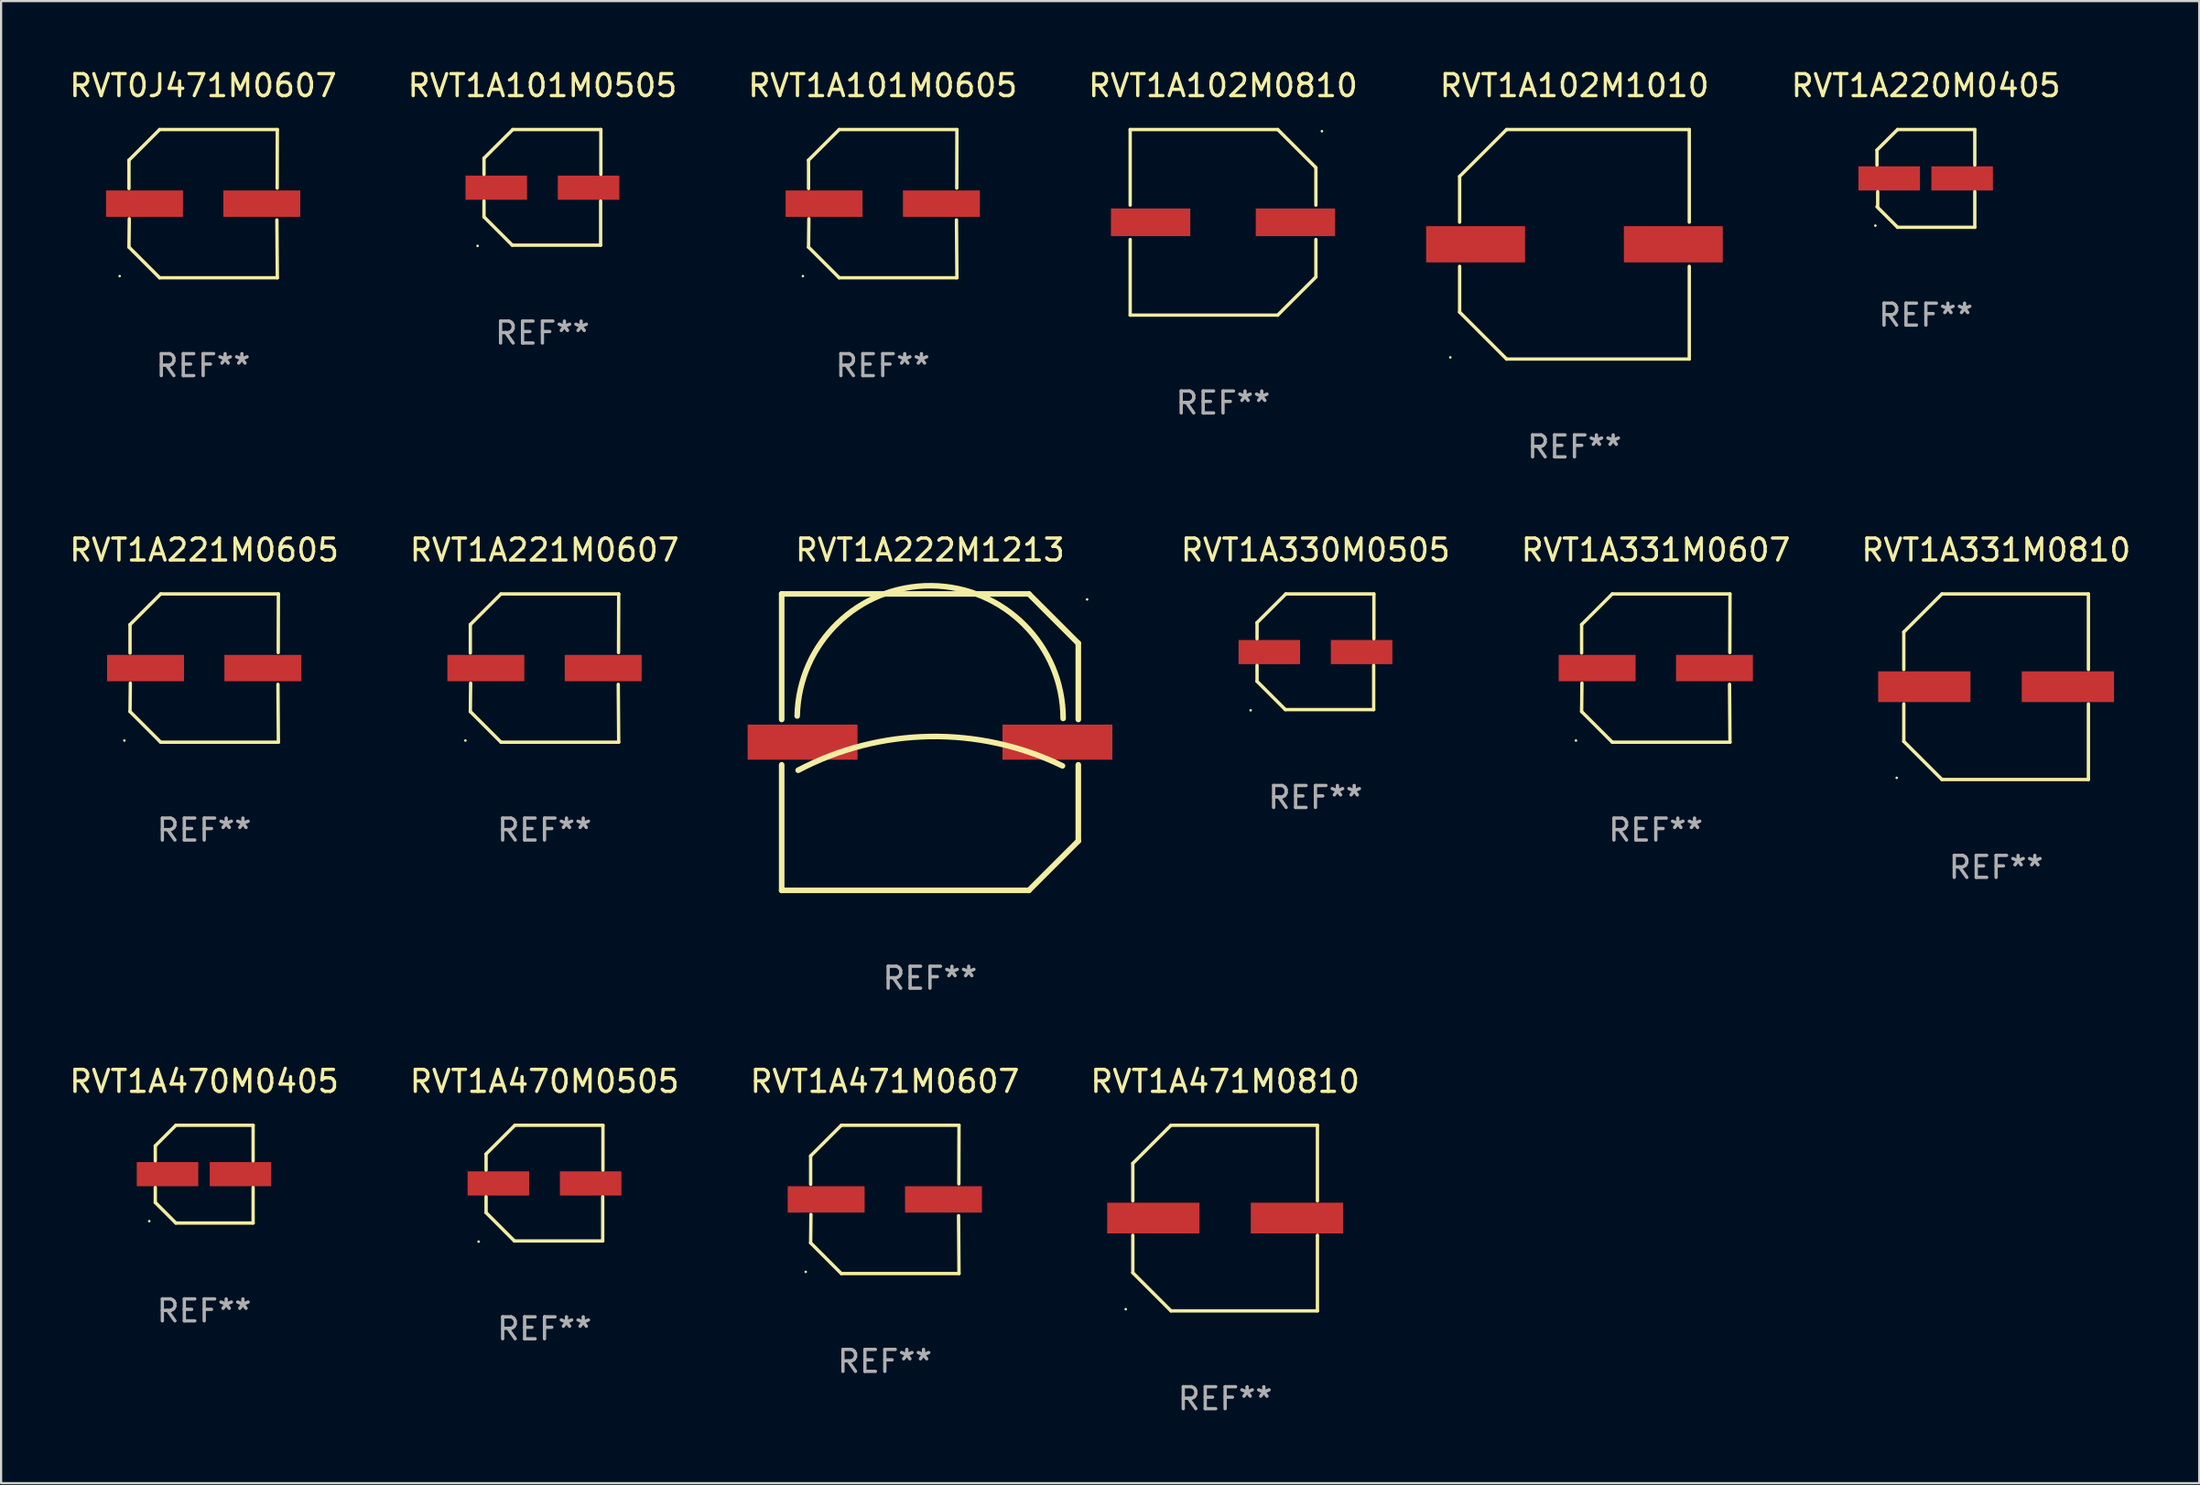
<source format=kicad_pcb>
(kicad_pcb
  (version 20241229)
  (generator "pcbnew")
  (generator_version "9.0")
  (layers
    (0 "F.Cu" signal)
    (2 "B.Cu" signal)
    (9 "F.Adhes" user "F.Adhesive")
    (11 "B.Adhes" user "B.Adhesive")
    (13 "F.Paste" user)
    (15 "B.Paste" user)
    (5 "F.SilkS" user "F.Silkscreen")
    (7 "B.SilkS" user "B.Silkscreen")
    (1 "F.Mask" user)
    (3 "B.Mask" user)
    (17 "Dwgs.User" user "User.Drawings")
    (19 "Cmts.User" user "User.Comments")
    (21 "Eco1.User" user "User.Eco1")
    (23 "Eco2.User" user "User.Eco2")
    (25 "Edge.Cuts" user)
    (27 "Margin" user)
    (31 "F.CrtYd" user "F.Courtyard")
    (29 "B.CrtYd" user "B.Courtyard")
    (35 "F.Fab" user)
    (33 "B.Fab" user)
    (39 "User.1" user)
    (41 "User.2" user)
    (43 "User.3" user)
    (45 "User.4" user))
  (footprint "RVT1A101M0605"
    (layer "F.Cu")
    (at 37.125 6.224)
    (property "Reference" "RVT1A101M0605" (at 0 -5.376 0) (layer "F.SilkS") (effects (font (size 1 1) (thickness 0.15))))
    (attr through_hole)
    (fp_line (start -3.376 -1.98) (end -3.376 -0.686) (stroke (width 0.152) (type solid)) (layer "F.SilkS"))
    (fp_line (start -3.376 1.981) (end -3.362 0.686) (stroke (width 0.152) (type solid)) (layer "F.SilkS"))
    (fp_line (start -1.981 3.376) (end -3.376 1.981) (stroke (width 0.152) (type solid)) (layer "F.SilkS"))
    (fp_line (start -1.98 -3.376) (end -3.376 -1.98) (stroke (width 0.152) (type solid)) (layer "F.SilkS"))
    (fp_line (start 3.356 0.74) (end 3.376 3.376) (stroke (width 0.152) (type solid)) (layer "F.SilkS"))
    (fp_line (start 3.369 -0.707) (end 3.376 -3.376) (stroke (width 0.152) (type solid)) (layer "F.SilkS"))
    (fp_line (start 3.376 3.376) (end -1.981 3.376) (stroke (width 0.152) (type solid)) (layer "F.SilkS"))
    (fp_line (start 3.376 -3.376) (end -1.98 -3.376) (stroke (width 0.152) (type solid)) (layer "F.SilkS"))
    (fp_circle (center -3.634 3.3) (end -3.604 3.3) (stroke (width 0.06) (type solid)) (fill no) (layer "F.SilkS"))
    (fp_text user "REF**" (at 0 7.376 0) (layer "F.Fab") (effects (font (size 1 1) (thickness 0.15))))
    (pad "1" smd rect (at -2.67 0.000254) (size 3.5 1.2) (layers "F.Cu" "F.Mask" "F.Paste"))
    (pad "2" smd rect (at 2.67 0.000254) (size 3.5 1.2) (layers "F.Cu" "F.Mask" "F.Paste")))
  (footprint "RVT1A331M0810"
    (layer "F.Cu")
    (at 87.797 28.223)
    (property "Reference" "RVT1A331M0810" (at 0 -6.226 0) (layer "F.SilkS") (effects (font (size 1 1) (thickness 0.15))))
    (attr through_hole)
    (fp_line (start -4.201 -2.49) (end -4.201 -0.782) (stroke (width 0.152) (type solid)) (layer "F.SilkS"))
    (fp_line (start -4.201 2.49) (end -4.201 0.782) (stroke (width 0.152) (type solid)) (layer "F.SilkS"))
    (fp_line (start -2.465 -4.226) (end -4.201 -2.49) (stroke (width 0.152) (type solid)) (layer "F.SilkS"))
    (fp_line (start -2.465 4.226) (end -4.201 2.49) (stroke (width 0.152) (type solid)) (layer "F.SilkS"))
    (fp_line (start 4.201 -4.226) (end -2.465 -4.226) (stroke (width 0.152) (type solid)) (layer "F.SilkS"))
    (fp_line (start 4.201 -0.782) (end 4.201 -4.226) (stroke (width 0.152) (type solid)) (layer "F.SilkS"))
    (fp_line (start 4.201 0.782) (end 4.201 4.226) (stroke (width 0.152) (type solid)) (layer "F.SilkS"))
    (fp_line (start 4.201 4.226) (end -2.465 4.226) (stroke (width 0.152) (type solid)) (layer "F.SilkS"))
    (fp_circle (center -4.524 4.15) (end -4.494 4.15) (stroke (width 0.06) (type solid)) (fill no) (layer "F.SilkS"))
    (fp_text user "REF**" (at 0 8.226 0) (layer "F.Fab") (effects (font (size 1 1) (thickness 0.15))))
    (pad "1" smd rect (at -3.267 0) (size 4.2 1.4) (layers "F.Cu" "F.Mask" "F.Paste"))
    (pad "2" smd rect (at 3.267 0) (size 4.2 1.4) (layers "F.Cu" "F.Mask" "F.Paste")))
  (footprint "RVT1A471M0607"
    (layer "F.Cu")
    (at 37.22 51.57)
    (property "Reference" "RVT1A471M0607" (at 0 -5.376 0) (layer "F.SilkS") (effects (font (size 1 1) (thickness 0.15))))
    (attr through_hole)
    (fp_line (start -3.376 -1.98) (end -3.376 -0.686) (stroke (width 0.152) (type solid)) (layer "F.SilkS"))
    (fp_line (start -3.376 1.981) (end -3.362 0.686) (stroke (width 0.152) (type solid)) (layer "F.SilkS"))
    (fp_line (start -1.981 3.376) (end -3.376 1.981) (stroke (width 0.152) (type solid)) (layer "F.SilkS"))
    (fp_line (start -1.98 -3.376) (end -3.376 -1.98) (stroke (width 0.152) (type solid)) (layer "F.SilkS"))
    (fp_line (start 3.356 0.74) (end 3.376 3.376) (stroke (width 0.152) (type solid)) (layer "F.SilkS"))
    (fp_line (start 3.369 -0.707) (end 3.376 -3.376) (stroke (width 0.152) (type solid)) (layer "F.SilkS"))
    (fp_line (start 3.376 3.376) (end -1.981 3.376) (stroke (width 0.152) (type solid)) (layer "F.SilkS"))
    (fp_line (start 3.376 -3.376) (end -1.98 -3.376) (stroke (width 0.152) (type solid)) (layer "F.SilkS"))
    (fp_circle (center -3.6 3.3) (end -3.57 3.3) (stroke (width 0.06) (type solid)) (fill no) (layer "F.SilkS"))
    (fp_text user "REF**" (at 0 7.376 0) (layer "F.Fab") (effects (font (size 1 1) (thickness 0.15))))
    (pad "1" smd rect (at -2.67 0.000381) (size 3.5 1.2) (layers "F.Cu" "F.Mask" "F.Paste"))
    (pad "2" smd rect (at 2.67 0.000381) (size 3.5 1.2) (layers "F.Cu" "F.Mask" "F.Paste")))
  (footprint "RVT1A221M0607"
    (layer "F.Cu")
    (at 21.732 27.373)
    (property "Reference" "RVT1A221M0607" (at 0 -5.376 0) (layer "F.SilkS") (effects (font (size 1 1) (thickness 0.15))))
    (attr through_hole)
    (fp_line (start -3.376 -1.98) (end -3.376 -0.686) (stroke (width 0.152) (type solid)) (layer "F.SilkS"))
    (fp_line (start -3.376 1.981) (end -3.362 0.686) (stroke (width 0.152) (type solid)) (layer "F.SilkS"))
    (fp_line (start -1.981 3.376) (end -3.376 1.981) (stroke (width 0.152) (type solid)) (layer "F.SilkS"))
    (fp_line (start -1.98 -3.376) (end -3.376 -1.98) (stroke (width 0.152) (type solid)) (layer "F.SilkS"))
    (fp_line (start 3.356 0.74) (end 3.376 3.376) (stroke (width 0.152) (type solid)) (layer "F.SilkS"))
    (fp_line (start 3.369 -0.707) (end 3.376 -3.376) (stroke (width 0.152) (type solid)) (layer "F.SilkS"))
    (fp_line (start 3.376 3.376) (end -1.981 3.376) (stroke (width 0.152) (type solid)) (layer "F.SilkS"))
    (fp_line (start 3.376 -3.376) (end -1.98 -3.376) (stroke (width 0.152) (type solid)) (layer "F.SilkS"))
    (fp_circle (center -3.6 3.3) (end -3.57 3.3) (stroke (width 0.06) (type solid)) (fill no) (layer "F.SilkS"))
    (fp_text user "REF**" (at 0 7.376 0) (layer "F.Fab") (effects (font (size 1 1) (thickness 0.15))))
    (pad "1" smd rect (at -2.67 0.000381) (size 3.5 1.2) (layers "F.Cu" "F.Mask" "F.Paste"))
    (pad "2" smd rect (at 2.67 0.000381) (size 3.5 1.2) (layers "F.Cu" "F.Mask" "F.Paste")))
  (footprint "RVT1A221M0605"
    (layer "F.Cu")
    (at 6.244 27.373)
    (property "Reference" "RVT1A221M0605" (at 0 -5.376 0) (layer "F.SilkS") (effects (font (size 1 1) (thickness 0.15))))
    (attr through_hole)
    (fp_line (start -3.376 -1.98) (end -3.376 -0.686) (stroke (width 0.152) (type solid)) (layer "F.SilkS"))
    (fp_line (start -3.376 1.981) (end -3.362 0.686) (stroke (width 0.152) (type solid)) (layer "F.SilkS"))
    (fp_line (start -1.981 3.376) (end -3.376 1.981) (stroke (width 0.152) (type solid)) (layer "F.SilkS"))
    (fp_line (start -1.98 -3.376) (end -3.376 -1.98) (stroke (width 0.152) (type solid)) (layer "F.SilkS"))
    (fp_line (start 3.356 0.74) (end 3.376 3.376) (stroke (width 0.152) (type solid)) (layer "F.SilkS"))
    (fp_line (start 3.369 -0.707) (end 3.376 -3.376) (stroke (width 0.152) (type solid)) (layer "F.SilkS"))
    (fp_line (start 3.376 3.376) (end -1.981 3.376) (stroke (width 0.152) (type solid)) (layer "F.SilkS"))
    (fp_line (start 3.376 -3.376) (end -1.98 -3.376) (stroke (width 0.152) (type solid)) (layer "F.SilkS"))
    (fp_circle (center -3.634 3.3) (end -3.604 3.3) (stroke (width 0.06) (type solid)) (fill no) (layer "F.SilkS"))
    (fp_text user "REF**" (at 0 7.376 0) (layer "F.Fab") (effects (font (size 1 1) (thickness 0.15))))
    (pad "1" smd rect (at -2.67 0.000254) (size 3.5 1.2) (layers "F.Cu" "F.Mask" "F.Paste"))
    (pad "2" smd rect (at 2.67 0.000254) (size 3.5 1.2) (layers "F.Cu" "F.Mask" "F.Paste")))
  (footprint "RVT1A331M0607"
    (layer "F.Cu")
    (at 72.309 27.373)
    (property "Reference" "RVT1A331M0607" (at 0 -5.376 0) (layer "F.SilkS") (effects (font (size 1 1) (thickness 0.15))))
    (attr through_hole)
    (fp_line (start -3.376 -1.98) (end -3.376 -0.686) (stroke (width 0.152) (type solid)) (layer "F.SilkS"))
    (fp_line (start -3.376 1.981) (end -3.362 0.686) (stroke (width 0.152) (type solid)) (layer "F.SilkS"))
    (fp_line (start -1.981 3.376) (end -3.376 1.981) (stroke (width 0.152) (type solid)) (layer "F.SilkS"))
    (fp_line (start -1.98 -3.376) (end -3.376 -1.98) (stroke (width 0.152) (type solid)) (layer "F.SilkS"))
    (fp_line (start 3.356 0.74) (end 3.376 3.376) (stroke (width 0.152) (type solid)) (layer "F.SilkS"))
    (fp_line (start 3.369 -0.707) (end 3.376 -3.376) (stroke (width 0.152) (type solid)) (layer "F.SilkS"))
    (fp_line (start 3.376 3.376) (end -1.981 3.376) (stroke (width 0.152) (type solid)) (layer "F.SilkS"))
    (fp_line (start 3.376 -3.376) (end -1.98 -3.376) (stroke (width 0.152) (type solid)) (layer "F.SilkS"))
    (fp_circle (center -3.634 3.3) (end -3.604 3.3) (stroke (width 0.06) (type solid)) (fill no) (layer "F.SilkS"))
    (fp_text user "REF**" (at 0 7.376 0) (layer "F.Fab") (effects (font (size 1 1) (thickness 0.15))))
    (pad "1" smd rect (at -2.67 0.000254) (size 3.5 1.2) (layers "F.Cu" "F.Mask" "F.Paste"))
    (pad "2" smd rect (at 2.67 0.000254) (size 3.5 1.2) (layers "F.Cu" "F.Mask" "F.Paste")))
  (footprint "RVT1A102M1010"
    (layer "F.Cu")
    (at 68.607 8.074)
    (property "Reference" "RVT1A102M1010" (at 0 -7.226 0) (layer "F.SilkS") (effects (font (size 1 1) (thickness 0.15))))
    (attr through_hole)
    (fp_line (start -5.226 -3.09) (end -5.226 -1.005) (stroke (width 0.152) (type solid)) (layer "F.SilkS"))
    (fp_line (start -5.226 1.005) (end -5.226 3.09) (stroke (width 0.152) (type solid)) (layer "F.SilkS"))
    (fp_line (start -3.09 -5.226) (end -5.226 -3.09) (stroke (width 0.152) (type solid)) (layer "F.SilkS"))
    (fp_line (start -3.09 5.226) (end -5.226 3.09) (stroke (width 0.152) (type solid)) (layer "F.SilkS"))
    (fp_line (start 5.226 -5.226) (end -3.09 -5.226) (stroke (width 0.152) (type solid)) (layer "F.SilkS"))
    (fp_line (start 5.226 -1.005) (end 5.226 -5.226) (stroke (width 0.152) (type solid)) (layer "F.SilkS"))
    (fp_line (start 5.226 5.226) (end -3.09 5.226) (stroke (width 0.152) (type solid)) (layer "F.SilkS"))
    (fp_line (start 5.226 5.226) (end 5.226 1.005) (stroke (width 0.152) (type solid)) (layer "F.SilkS"))
    (fp_circle (center -5.65 5.15) (end -5.62 5.15) (stroke (width 0.06) (type solid)) (fill no) (layer "F.SilkS"))
    (fp_text user "REF**" (at 0 9.226 0) (layer "F.Fab") (effects (font (size 1 1) (thickness 0.15))))
    (pad "1" smd rect (at -4.5 0) (size 4.5 1.65) (layers "F.Cu" "F.Mask" "F.Paste"))
    (pad "2" smd rect (at 4.5 0) (size 4.5 1.65) (layers "F.Cu" "F.Mask" "F.Paste")))
  (footprint "RVT1A102M0810"
    (layer "F.Cu")
    (at 52.613 7.074)
    (property "Reference" "RVT1A102M0810" (at 0 -6.226 0) (layer "F.SilkS") (effects (font (size 1 1) (thickness 0.15))))
    (attr through_hole)
    (fp_line (start -4.226 -4.226) (end 2.49 -4.226) (stroke (width 0.152) (type solid)) (layer "F.SilkS"))
    (fp_line (start -4.226 -0.782) (end -4.226 -4.226) (stroke (width 0.152) (type solid)) (layer "F.SilkS"))
    (fp_line (start -4.226 0.782) (end -4.226 4.226) (stroke (width 0.152) (type solid)) (layer "F.SilkS"))
    (fp_line (start -4.226 4.226) (end 2.49 4.226) (stroke (width 0.152) (type solid)) (layer "F.SilkS"))
    (fp_line (start 2.49 -4.226) (end 4.226 -2.49) (stroke (width 0.152) (type solid)) (layer "F.SilkS"))
    (fp_line (start 2.49 4.226) (end 4.226 2.49) (stroke (width 0.152) (type solid)) (layer "F.SilkS"))
    (fp_line (start 4.226 -2.49) (end 4.226 -0.782) (stroke (width 0.152) (type solid)) (layer "F.SilkS"))
    (fp_line (start 4.226 2.49) (end 4.226 0.782) (stroke (width 0.152) (type solid)) (layer "F.SilkS"))
    (fp_circle (center 4.5 -4.15) (end 4.53 -4.15) (stroke (width 0.06) (type solid)) (fill no) (layer "F.SilkS"))
    (fp_text user "REF**" (at 0 8.226 0) (layer "F.Fab") (effects (font (size 1 1) (thickness 0.15))))
    (pad "1" smd rect (at 3.295 0 180) (size 3.61 1.26) (layers "F.Cu" "F.Mask" "F.Paste"))
    (pad "2" smd rect (at -3.295 0 180) (size 3.61 1.26) (layers "F.Cu" "F.Mask" "F.Paste")))
  (footprint "RVT1A222M1213"
    (layer "F.Cu")
    (at 39.276 30.747)
    (property "Reference" "RVT1A222M1213" (at 0 -8.75 0) (layer "F.SilkS") (effects (font (size 1 1) (thickness 0.15))))
    (attr through_hole)
    (fp_line (start -6.75 -6.75) (end 4.5 -6.75) (stroke (width 0.254) (type solid)) (layer "F.SilkS"))
    (fp_line (start -6.75 -1.031) (end -6.75 -6.75) (stroke (width 0.254) (type solid)) (layer "F.SilkS"))
    (fp_line (start -6.75 6.75) (end -6.75 1.031) (stroke (width 0.254) (type solid)) (layer "F.SilkS"))
    (fp_line (start -6.75 6.75) (end 4.5 6.75) (stroke (width 0.254) (type solid)) (layer "F.SilkS"))
    (fp_line (start 4.5 6.75) (end 6.75 4.5) (stroke (width 0.254) (type solid)) (layer "F.SilkS"))
    (fp_line (start 6.75 -4.5) (end 4.5 -6.75) (stroke (width 0.254) (type solid)) (layer "F.SilkS"))
    (fp_line (start 6.75 -1.031) (end 6.75 -4.5) (stroke (width 0.254) (type solid)) (layer "F.SilkS"))
    (fp_line (start 6.75 4.5) (end 6.75 1.031) (stroke (width 0.254) (type solid)) (layer "F.SilkS"))
    (fp_arc (start -6.043638 -1.190577) (mid 0.06288 -7.123351) (end 6.059995 -1.08001) (stroke (width 0.254001) (type solid)) (layer "F.SilkS"))
    (fp_arc (start -6 1.28001) (mid -0.008883 -0.256469) (end 6.029998 1.08001) (stroke (width 0.254001) (type solid)) (layer "F.SilkS"))
    (fp_circle (center 7.149 -6.5) (end 7.179 -6.5) (stroke (width 0.06) (type solid)) (fill no) (layer "F.SilkS"))
    (fp_text user "REF**" (at 0 10.75 0) (layer "F.Fab") (effects (font (size 1 1) (thickness 0.15))))
    (pad "1" smd rect (at 5.8 0) (size 5 1.6) (layers "F.Cu" "F.Mask" "F.Paste"))
    (pad "2" smd rect (at -5.8 0) (size 5 1.6) (layers "F.Cu" "F.Mask" "F.Paste")))
  (footprint "RVT1A330M0505"
    (layer "F.Cu")
    (at 56.82 26.631)
    (property "Reference" "RVT1A330M0505" (at 0 -4.634 0) (layer "F.SilkS") (effects (font (size 1 1) (thickness 0.15))))
    (attr through_hole)
    (fp_line (start -2.659 -1.326) (end -2.659 -0.592) (stroke (width 0.152) (type solid)) (layer "F.SilkS"))
    (fp_line (start -2.659 1.346) (end -2.659 0.622) (stroke (width 0.152) (type solid)) (layer "F.SilkS"))
    (fp_line (start -1.372 2.634) (end -2.659 1.346) (stroke (width 0.152) (type solid)) (layer "F.SilkS"))
    (fp_line (start -1.349 -2.634) (end -2.659 -1.326) (stroke (width 0.152) (type solid)) (layer "F.SilkS"))
    (fp_line (start 2.649 0.622) (end 2.649 2.634) (stroke (width 0.152) (type solid)) (layer "F.SilkS"))
    (fp_line (start 2.649 2.634) (end -1.372 2.634) (stroke (width 0.152) (type solid)) (layer "F.SilkS"))
    (fp_line (start 2.659 -2.634) (end -1.349 -2.634) (stroke (width 0.152) (type solid)) (layer "F.SilkS"))
    (fp_line (start 2.659 -0.592) (end 2.659 -2.634) (stroke (width 0.152) (type solid)) (layer "F.SilkS"))
    (fp_circle (center -2.95 2.665) (end -2.92 2.665) (stroke (width 0.06) (type solid)) (fill no) (layer "F.SilkS"))
    (fp_text user "REF**" (at 0 6.634 0) (layer "F.Fab") (effects (font (size 1 1) (thickness 0.15))))
    (pad "1" smd rect (at -2.1 0.015) (size 2.8 1.1) (layers "F.Cu" "F.Mask" "F.Paste"))
    (pad "2" smd rect (at 2.1 0.015) (size 2.8 1.1) (layers "F.Cu" "F.Mask" "F.Paste")))
  (footprint "RVT1A101M0505"
    (layer "F.Cu")
    (at 21.637 5.482)
    (property "Reference" "RVT1A101M0505" (at 0 -4.634 0) (layer "F.SilkS") (effects (font (size 1 1) (thickness 0.15))))
    (attr through_hole)
    (fp_line (start -2.659 -1.326) (end -2.659 -0.592) (stroke (width 0.152) (type solid)) (layer "F.SilkS"))
    (fp_line (start -2.659 1.346) (end -2.659 0.622) (stroke (width 0.152) (type solid)) (layer "F.SilkS"))
    (fp_line (start -1.372 2.634) (end -2.659 1.346) (stroke (width 0.152) (type solid)) (layer "F.SilkS"))
    (fp_line (start -1.349 -2.634) (end -2.659 -1.326) (stroke (width 0.152) (type solid)) (layer "F.SilkS"))
    (fp_line (start 2.649 0.622) (end 2.649 2.634) (stroke (width 0.152) (type solid)) (layer "F.SilkS"))
    (fp_line (start 2.649 2.634) (end -1.372 2.634) (stroke (width 0.152) (type solid)) (layer "F.SilkS"))
    (fp_line (start 2.659 -2.634) (end -1.349 -2.634) (stroke (width 0.152) (type solid)) (layer "F.SilkS"))
    (fp_line (start 2.659 -0.592) (end 2.659 -2.634) (stroke (width 0.152) (type solid)) (layer "F.SilkS"))
    (fp_circle (center -2.95 2.665) (end -2.92 2.665) (stroke (width 0.06) (type solid)) (fill no) (layer "F.SilkS"))
    (fp_text user "REF**" (at 0 6.634 0) (layer "F.Fab") (effects (font (size 1 1) (thickness 0.15))))
    (pad "1" smd rect (at -2.1 0.015) (size 2.8 1.1) (layers "F.Cu" "F.Mask" "F.Paste"))
    (pad "2" smd rect (at 2.1 0.015) (size 2.8 1.1) (layers "F.Cu" "F.Mask" "F.Paste")))
  (footprint "RVT1A470M0405"
    (layer "F.Cu")
    (at 6.244 50.42)
    (property "Reference" "RVT1A470M0405" (at 0 -4.226 0) (layer "F.SilkS") (effects (font (size 1 1) (thickness 0.15))))
    (attr through_hole)
    (fp_line (start -2.226 -1.29) (end -2.226 -0.607) (stroke (width 0.152) (type solid)) (layer "F.SilkS"))
    (fp_line (start -2.226 1.29) (end -2.226 0.607) (stroke (width 0.152) (type solid)) (layer "F.SilkS"))
    (fp_line (start -1.29 -2.226) (end -2.226 -1.29) (stroke (width 0.152) (type solid)) (layer "F.SilkS"))
    (fp_line (start -1.29 2.226) (end -2.226 1.29) (stroke (width 0.152) (type solid)) (layer "F.SilkS"))
    (fp_line (start 2.226 -2.226) (end -1.29 -2.226) (stroke (width 0.152) (type solid)) (layer "F.SilkS"))
    (fp_line (start 2.226 -0.607) (end 2.226 -2.226) (stroke (width 0.152) (type solid)) (layer "F.SilkS"))
    (fp_line (start 2.226 0.607) (end 2.226 2.226) (stroke (width 0.152) (type solid)) (layer "F.SilkS"))
    (fp_line (start 2.226 2.226) (end -1.29 2.226) (stroke (width 0.152) (type solid)) (layer "F.SilkS"))
    (fp_circle (center -2.501 2.141) (end -2.471 2.141) (stroke (width 0.06) (type solid)) (fill no) (layer "F.SilkS"))
    (fp_text user "REF**" (at 0 6.226 0) (layer "F.Fab") (effects (font (size 1 1) (thickness 0.15))))
    (pad "1" smd rect (at -1.67 -0.000025) (size 2.8 1.1) (layers "F.Cu" "F.Mask" "F.Paste"))
    (pad "2" smd rect (at 1.651 -0.000025) (size 2.8 1.1) (layers "F.Cu" "F.Mask" "F.Paste")))
  (footprint "RVT1A470M0505"
    (layer "F.Cu")
    (at 21.732 50.828)
    (property "Reference" "RVT1A470M0505" (at 0 -4.634 0) (layer "F.SilkS") (effects (font (size 1 1) (thickness 0.15))))
    (attr through_hole)
    (fp_line (start -2.659 -1.326) (end -2.659 -0.592) (stroke (width 0.152) (type solid)) (layer "F.SilkS"))
    (fp_line (start -2.659 1.346) (end -2.659 0.622) (stroke (width 0.152) (type solid)) (layer "F.SilkS"))
    (fp_line (start -1.372 2.634) (end -2.659 1.346) (stroke (width 0.152) (type solid)) (layer "F.SilkS"))
    (fp_line (start -1.349 -2.634) (end -2.659 -1.326) (stroke (width 0.152) (type solid)) (layer "F.SilkS"))
    (fp_line (start 2.649 0.622) (end 2.649 2.634) (stroke (width 0.152) (type solid)) (layer "F.SilkS"))
    (fp_line (start 2.649 2.634) (end -1.372 2.634) (stroke (width 0.152) (type solid)) (layer "F.SilkS"))
    (fp_line (start 2.659 -2.634) (end -1.349 -2.634) (stroke (width 0.152) (type solid)) (layer "F.SilkS"))
    (fp_line (start 2.659 -0.592) (end 2.659 -2.634) (stroke (width 0.152) (type solid)) (layer "F.SilkS"))
    (fp_circle (center -3 2.665) (end -2.97 2.665) (stroke (width 0.06) (type solid)) (fill no) (layer "F.SilkS"))
    (fp_text user "REF**" (at 0 6.634 0) (layer "F.Fab") (effects (font (size 1 1) (thickness 0.15))))
    (pad "1" smd rect (at -2.1 0.015) (size 2.8 1.1) (layers "F.Cu" "F.Mask" "F.Paste"))
    (pad "2" smd rect (at 2.1 0.015) (size 2.8 1.1) (layers "F.Cu" "F.Mask" "F.Paste")))
  (footprint "RVT0J471M0607"
    (layer "F.Cu")
    (at 6.196 6.224)
    (property "Reference" "RVT0J471M0607" (at 0 -5.376 0) (layer "F.SilkS") (effects (font (size 1 1) (thickness 0.15))))
    (attr through_hole)
    (fp_line (start -3.376 -1.98) (end -3.376 -0.686) (stroke (width 0.152) (type solid)) (layer "F.SilkS"))
    (fp_line (start -3.376 1.981) (end -3.362 0.686) (stroke (width 0.152) (type solid)) (layer "F.SilkS"))
    (fp_line (start -1.981 3.376) (end -3.376 1.981) (stroke (width 0.152) (type solid)) (layer "F.SilkS"))
    (fp_line (start -1.98 -3.376) (end -3.376 -1.98) (stroke (width 0.152) (type solid)) (layer "F.SilkS"))
    (fp_line (start 3.356 0.74) (end 3.376 3.376) (stroke (width 0.152) (type solid)) (layer "F.SilkS"))
    (fp_line (start 3.369 -0.707) (end 3.376 -3.376) (stroke (width 0.152) (type solid)) (layer "F.SilkS"))
    (fp_line (start 3.376 3.376) (end -1.981 3.376) (stroke (width 0.152) (type solid)) (layer "F.SilkS"))
    (fp_line (start 3.376 -3.376) (end -1.98 -3.376) (stroke (width 0.152) (type solid)) (layer "F.SilkS"))
    (fp_circle (center -3.8 3.3) (end -3.77 3.3) (stroke (width 0.06) (type solid)) (fill no) (layer "F.SilkS"))
    (fp_text user "REF**" (at 0 7.376 0) (layer "F.Fab") (effects (font (size 1 1) (thickness 0.15))))
    (pad "1" smd rect (at -2.67 0.000203) (size 3.5 1.2) (layers "F.Cu" "F.Mask" "F.Paste"))
    (pad "2" smd rect (at 2.67 0.000203) (size 3.5 1.2) (layers "F.Cu" "F.Mask" "F.Paste")))
  (footprint "RVT1A471M0810"
    (layer "F.Cu")
    (at 52.708 52.42)
    (property "Reference" "RVT1A471M0810" (at 0 -6.226 0) (layer "F.SilkS") (effects (font (size 1 1) (thickness 0.15))))
    (attr through_hole)
    (fp_line (start -4.201 -2.49) (end -4.201 -0.782) (stroke (width 0.152) (type solid)) (layer "F.SilkS"))
    (fp_line (start -4.201 2.49) (end -4.201 0.782) (stroke (width 0.152) (type solid)) (layer "F.SilkS"))
    (fp_line (start -2.465 -4.226) (end -4.201 -2.49) (stroke (width 0.152) (type solid)) (layer "F.SilkS"))
    (fp_line (start -2.465 4.226) (end -4.201 2.49) (stroke (width 0.152) (type solid)) (layer "F.SilkS"))
    (fp_line (start 4.201 -4.226) (end -2.465 -4.226) (stroke (width 0.152) (type solid)) (layer "F.SilkS"))
    (fp_line (start 4.201 -0.782) (end 4.201 -4.226) (stroke (width 0.152) (type solid)) (layer "F.SilkS"))
    (fp_line (start 4.201 0.782) (end 4.201 4.226) (stroke (width 0.152) (type solid)) (layer "F.SilkS"))
    (fp_line (start 4.201 4.226) (end -2.465 4.226) (stroke (width 0.152) (type solid)) (layer "F.SilkS"))
    (fp_circle (center -4.524 4.15) (end -4.494 4.15) (stroke (width 0.06) (type solid)) (fill no) (layer "F.SilkS"))
    (fp_text user "REF**" (at 0 8.226 0) (layer "F.Fab") (effects (font (size 1 1) (thickness 0.15))))
    (pad "1" smd rect (at -3.267 0) (size 4.2 1.4) (layers "F.Cu" "F.Mask" "F.Paste"))
    (pad "2" smd rect (at 3.267 0) (size 4.2 1.4) (layers "F.Cu" "F.Mask" "F.Paste")))
  (footprint "RVT1A220M0405"
    (layer "F.Cu")
    (at 84.601 5.074)
    (property "Reference" "RVT1A220M0405" (at 0 -4.226 0) (layer "F.SilkS") (effects (font (size 1 1) (thickness 0.15))))
    (attr through_hole)
    (fp_line (start -2.226 -1.29) (end -2.226 -0.607) (stroke (width 0.152) (type solid)) (layer "F.SilkS"))
    (fp_line (start -2.193 1.29) (end -2.193 0.607) (stroke (width 0.152) (type solid)) (layer "F.SilkS"))
    (fp_line (start -1.29 2.226) (end -2.226 1.29) (stroke (width 0.152) (type solid)) (layer "F.SilkS"))
    (fp_line (start -1.29 -2.226) (end -2.226 -1.29) (stroke (width 0.152) (type solid)) (layer "F.SilkS"))
    (fp_line (start 2.226 -2.226) (end -1.29 -2.226) (stroke (width 0.152) (type solid)) (layer "F.SilkS"))
    (fp_line (start 2.226 -0.607) (end 2.226 -2.226) (stroke (width 0.152) (type solid)) (layer "F.SilkS"))
    (fp_line (start 2.226 0.607) (end 2.226 2.226) (stroke (width 0.152) (type solid)) (layer "F.SilkS"))
    (fp_line (start 2.226 2.226) (end -1.29 2.226) (stroke (width 0.152) (type solid)) (layer "F.SilkS"))
    (fp_circle (center -2.3 2.15) (end -2.27 2.15) (stroke (width 0.06) (type solid)) (fill no) (layer "F.SilkS"))
    (fp_text user "REF**" (at 0 6.226 0) (layer "F.Fab") (effects (font (size 1 1) (thickness 0.15))))
    (pad "1" smd rect (at -1.67 -0.000025) (size 2.8 1.1) (layers "F.Cu" "F.Mask" "F.Paste"))
    (pad "2" smd rect (at 1.651 -0.000025) (size 2.8 1.1) (layers "F.Cu" "F.Mask" "F.Paste")))
  (gr_rect
    (start -3 -3)
    (end 97.041 64.494)
    (stroke (width 0.1) (type default))
    (fill no)
    (layer "Edge.Cuts")))
</source>
